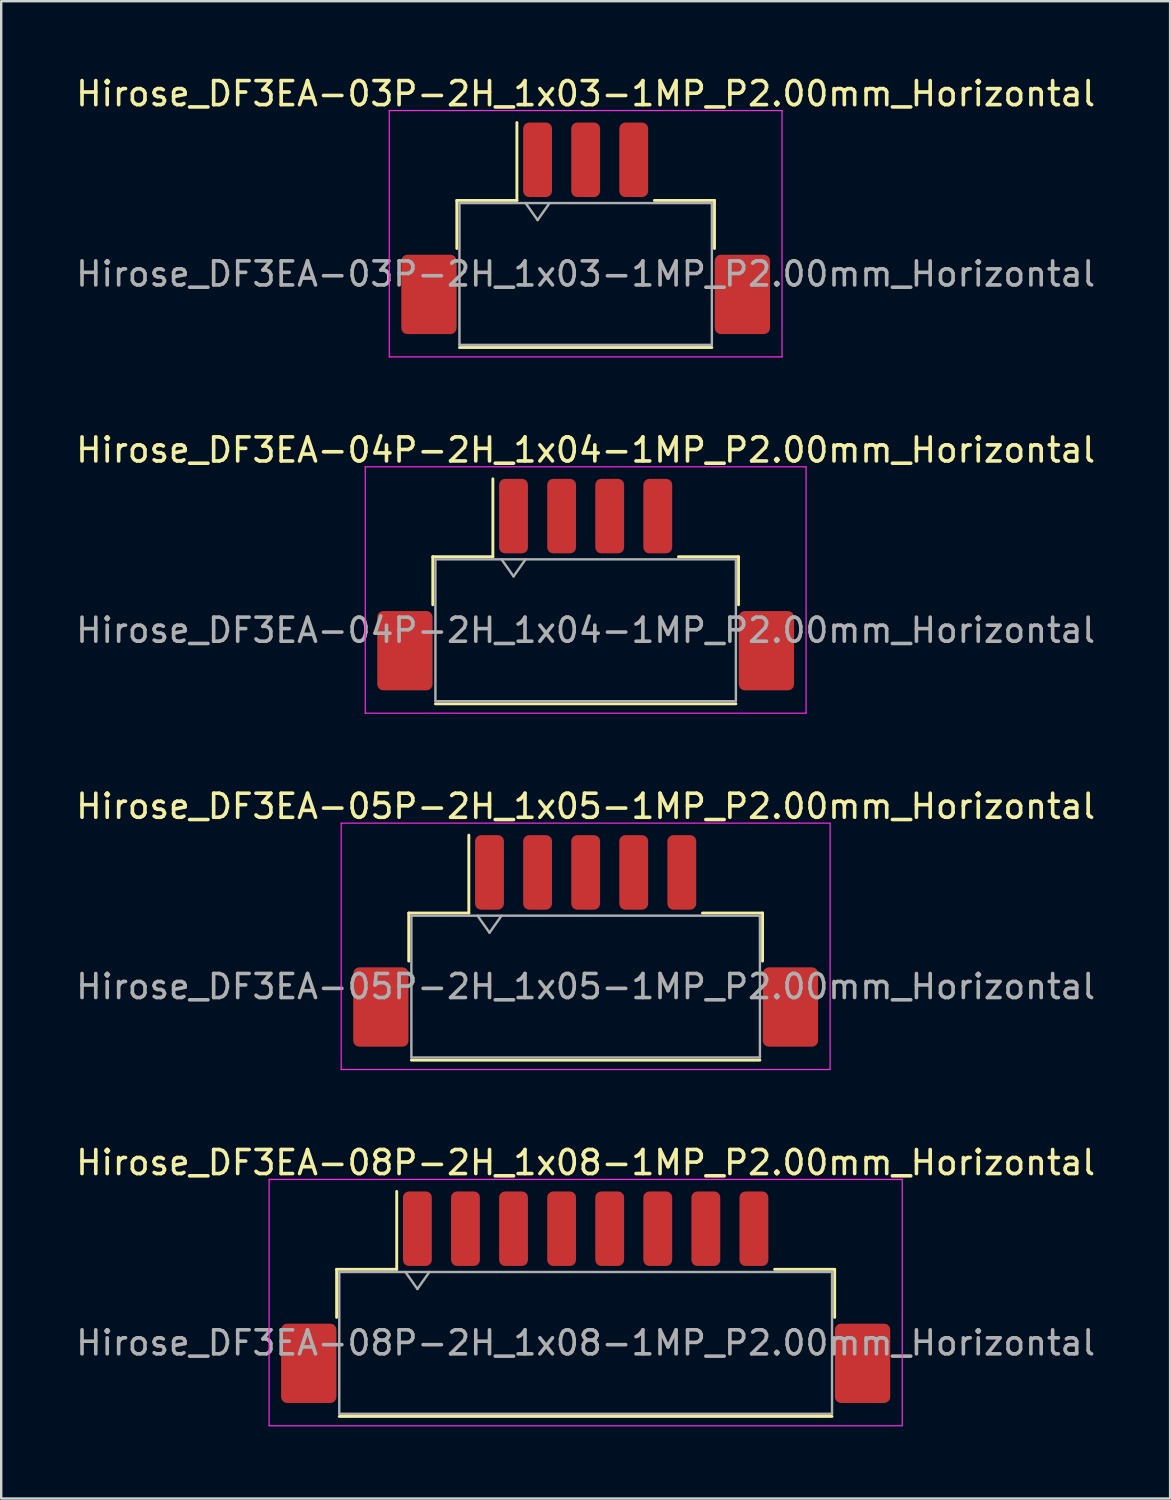
<source format=kicad_pcb>
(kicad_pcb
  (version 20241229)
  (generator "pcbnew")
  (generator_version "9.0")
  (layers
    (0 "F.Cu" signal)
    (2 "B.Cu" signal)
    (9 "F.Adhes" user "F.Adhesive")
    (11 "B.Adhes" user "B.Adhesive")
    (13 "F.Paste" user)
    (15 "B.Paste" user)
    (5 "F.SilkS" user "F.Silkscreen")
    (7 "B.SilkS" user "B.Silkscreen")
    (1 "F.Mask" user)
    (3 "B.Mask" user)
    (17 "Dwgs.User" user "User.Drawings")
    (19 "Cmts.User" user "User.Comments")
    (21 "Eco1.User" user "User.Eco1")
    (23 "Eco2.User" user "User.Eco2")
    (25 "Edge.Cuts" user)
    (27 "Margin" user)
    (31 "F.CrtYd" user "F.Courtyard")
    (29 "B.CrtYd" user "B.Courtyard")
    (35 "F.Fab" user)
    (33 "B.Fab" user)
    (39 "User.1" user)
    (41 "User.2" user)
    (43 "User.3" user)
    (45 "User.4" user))
  (footprint "Hirose_DF3EA-08P-2H_1x08-1MP_P2.00mm_Horizontal"
    (layer "F.Cu")
    (at 21.315 50.918)
    (property "Reference" "Hirose_DF3EA-08P-2H_1x08-1MP_P2.00mm_Horizontal" (at 0 -5.6 0) (layer "F.SilkS") (effects (font (size 1 1) (thickness 0.15))))
    (attr smd)
    (fp_line (start -10.36 -1.16) (end -7.86 -1.16) (stroke (width 0.12) (type solid)) (layer "F.SilkS"))
    (fp_line (start -10.36 0.84) (end -10.36 -1.16) (stroke (width 0.12) (type solid)) (layer "F.SilkS"))
    (fp_line (start -10.25 4.96) (end 10.25 4.96) (stroke (width 0.12) (type solid)) (layer "F.SilkS"))
    (fp_line (start -7.86 -1.16) (end -7.86 -4.4) (stroke (width 0.12) (type solid)) (layer "F.SilkS"))
    (fp_line (start 10.36 -1.16) (end 7.86 -1.16) (stroke (width 0.12) (type solid)) (layer "F.SilkS"))
    (fp_line (start 10.36 0.84) (end 10.36 -1.16) (stroke (width 0.12) (type solid)) (layer "F.SilkS"))
    (fp_line (start -13.17 -4.9) (end -13.17 5.35) (stroke (width 0.05) (type solid)) (layer "F.CrtYd"))
    (fp_line (start -13.17 5.35) (end 13.17 5.35) (stroke (width 0.05) (type solid)) (layer "F.CrtYd"))
    (fp_line (start 13.17 -4.9) (end -13.17 -4.9) (stroke (width 0.05) (type solid)) (layer "F.CrtYd"))
    (fp_line (start 13.17 5.35) (end 13.17 -4.9) (stroke (width 0.05) (type solid)) (layer "F.CrtYd"))
    (fp_line (start -10.25 -1.05) (end -10.25 4.85) (stroke (width 0.1) (type solid)) (layer "F.Fab"))
    (fp_line (start -10.25 -1.05) (end 10.25 -1.05) (stroke (width 0.1) (type solid)) (layer "F.Fab"))
    (fp_line (start -10.25 4.85) (end 10.25 4.85) (stroke (width 0.1) (type solid)) (layer "F.Fab"))
    (fp_line (start -7.5 -1.05) (end -7 -0.343) (stroke (width 0.1) (type solid)) (layer "F.Fab"))
    (fp_line (start -7 -0.343) (end -6.5 -1.05) (stroke (width 0.1) (type solid)) (layer "F.Fab"))
    (fp_line (start 10.25 -1.05) (end 10.25 4.85) (stroke (width 0.1) (type solid)) (layer "F.Fab"))
    (fp_text user "${REFERENCE}" (at 0 1.9 0) (layer "F.Fab") (effects (font (size 1 1) (thickness 0.15))))
    (pad "1" smd roundrect (at -7 -2.85) (size 1.2 3.1) (layers "F.Cu" "F.Mask" "F.Paste") (roundrect_rratio 0.208))
    (pad "2" smd roundrect (at -5 -2.85) (size 1.2 3.1) (layers "F.Cu" "F.Mask" "F.Paste") (roundrect_rratio 0.208))
    (pad "3" smd roundrect (at -3 -2.85) (size 1.2 3.1) (layers "F.Cu" "F.Mask" "F.Paste") (roundrect_rratio 0.208))
    (pad "4" smd roundrect (at -1 -2.85) (size 1.2 3.1) (layers "F.Cu" "F.Mask" "F.Paste") (roundrect_rratio 0.208))
    (pad "5" smd roundrect (at 1 -2.85) (size 1.2 3.1) (layers "F.Cu" "F.Mask" "F.Paste") (roundrect_rratio 0.208))
    (pad "6" smd roundrect (at 3 -2.85) (size 1.2 3.1) (layers "F.Cu" "F.Mask" "F.Paste") (roundrect_rratio 0.208))
    (pad "7" smd roundrect (at 5 -2.85) (size 1.2 3.1) (layers "F.Cu" "F.Mask" "F.Paste") (roundrect_rratio 0.208))
    (pad "8" smd roundrect (at 7 -2.85) (size 1.2 3.1) (layers "F.Cu" "F.Mask" "F.Paste") (roundrect_rratio 0.208))
    (pad "MP" smd roundrect (at -11.52 2.75) (size 2.3 3.3) (layers "F.Cu" "F.Mask" "F.Paste") (roundrect_rratio 0.109))
    (pad "MP" smd roundrect (at 11.52 2.75) (size 2.3 3.3) (layers "F.Cu" "F.Mask" "F.Paste") (roundrect_rratio 0.109)))
  (footprint "Hirose_DF3EA-04P-2H_1x04-1MP_P2.00mm_Horizontal"
    (layer "F.Cu")
    (at 21.315 21.271)
    (property "Reference" "Hirose_DF3EA-04P-2H_1x04-1MP_P2.00mm_Horizontal" (at 0 -5.6 0) (layer "F.SilkS") (effects (font (size 1 1) (thickness 0.15))))
    (attr smd)
    (fp_line (start -6.36 -1.16) (end -3.86 -1.16) (stroke (width 0.12) (type solid)) (layer "F.SilkS"))
    (fp_line (start -6.36 0.84) (end -6.36 -1.16) (stroke (width 0.12) (type solid)) (layer "F.SilkS"))
    (fp_line (start -6.25 4.96) (end 6.25 4.96) (stroke (width 0.12) (type solid)) (layer "F.SilkS"))
    (fp_line (start -3.86 -1.16) (end -3.86 -4.4) (stroke (width 0.12) (type solid)) (layer "F.SilkS"))
    (fp_line (start 6.36 -1.16) (end 3.86 -1.16) (stroke (width 0.12) (type solid)) (layer "F.SilkS"))
    (fp_line (start 6.36 0.84) (end 6.36 -1.16) (stroke (width 0.12) (type solid)) (layer "F.SilkS"))
    (fp_line (start -9.17 -4.9) (end -9.17 5.35) (stroke (width 0.05) (type solid)) (layer "F.CrtYd"))
    (fp_line (start -9.17 5.35) (end 9.17 5.35) (stroke (width 0.05) (type solid)) (layer "F.CrtYd"))
    (fp_line (start 9.17 -4.9) (end -9.17 -4.9) (stroke (width 0.05) (type solid)) (layer "F.CrtYd"))
    (fp_line (start 9.17 5.35) (end 9.17 -4.9) (stroke (width 0.05) (type solid)) (layer "F.CrtYd"))
    (fp_line (start -6.25 -1.05) (end -6.25 4.85) (stroke (width 0.1) (type solid)) (layer "F.Fab"))
    (fp_line (start -6.25 -1.05) (end 6.25 -1.05) (stroke (width 0.1) (type solid)) (layer "F.Fab"))
    (fp_line (start -6.25 4.85) (end 6.25 4.85) (stroke (width 0.1) (type solid)) (layer "F.Fab"))
    (fp_line (start -3.5 -1.05) (end -3 -0.343) (stroke (width 0.1) (type solid)) (layer "F.Fab"))
    (fp_line (start -3 -0.343) (end -2.5 -1.05) (stroke (width 0.1) (type solid)) (layer "F.Fab"))
    (fp_line (start 6.25 -1.05) (end 6.25 4.85) (stroke (width 0.1) (type solid)) (layer "F.Fab"))
    (fp_text user "${REFERENCE}" (at 0 1.9 0) (layer "F.Fab") (effects (font (size 1 1) (thickness 0.15))))
    (pad "1" smd roundrect (at -3 -2.85) (size 1.2 3.1) (layers "F.Cu" "F.Mask" "F.Paste") (roundrect_rratio 0.208))
    (pad "2" smd roundrect (at -1 -2.85) (size 1.2 3.1) (layers "F.Cu" "F.Mask" "F.Paste") (roundrect_rratio 0.208))
    (pad "3" smd roundrect (at 1 -2.85) (size 1.2 3.1) (layers "F.Cu" "F.Mask" "F.Paste") (roundrect_rratio 0.208))
    (pad "4" smd roundrect (at 3 -2.85) (size 1.2 3.1) (layers "F.Cu" "F.Mask" "F.Paste") (roundrect_rratio 0.208))
    (pad "MP" smd roundrect (at -7.52 2.75) (size 2.3 3.3) (layers "F.Cu" "F.Mask" "F.Paste") (roundrect_rratio 0.109))
    (pad "MP" smd roundrect (at 7.52 2.75) (size 2.3 3.3) (layers "F.Cu" "F.Mask" "F.Paste") (roundrect_rratio 0.109)))
  (footprint "Hirose_DF3EA-05P-2H_1x05-1MP_P2.00mm_Horizontal"
    (layer "F.Cu")
    (at 21.315 36.095)
    (property "Reference" "Hirose_DF3EA-05P-2H_1x05-1MP_P2.00mm_Horizontal" (at 0 -5.6 0) (layer "F.SilkS") (effects (font (size 1 1) (thickness 0.15))))
    (attr smd)
    (fp_line (start -7.36 -1.16) (end -4.86 -1.16) (stroke (width 0.12) (type solid)) (layer "F.SilkS"))
    (fp_line (start -7.36 0.84) (end -7.36 -1.16) (stroke (width 0.12) (type solid)) (layer "F.SilkS"))
    (fp_line (start -7.25 4.96) (end 7.25 4.96) (stroke (width 0.12) (type solid)) (layer "F.SilkS"))
    (fp_line (start -4.86 -1.16) (end -4.86 -4.4) (stroke (width 0.12) (type solid)) (layer "F.SilkS"))
    (fp_line (start 7.36 -1.16) (end 4.86 -1.16) (stroke (width 0.12) (type solid)) (layer "F.SilkS"))
    (fp_line (start 7.36 0.84) (end 7.36 -1.16) (stroke (width 0.12) (type solid)) (layer "F.SilkS"))
    (fp_line (start -10.17 -4.9) (end -10.17 5.35) (stroke (width 0.05) (type solid)) (layer "F.CrtYd"))
    (fp_line (start -10.17 5.35) (end 10.17 5.35) (stroke (width 0.05) (type solid)) (layer "F.CrtYd"))
    (fp_line (start 10.17 -4.9) (end -10.17 -4.9) (stroke (width 0.05) (type solid)) (layer "F.CrtYd"))
    (fp_line (start 10.17 5.35) (end 10.17 -4.9) (stroke (width 0.05) (type solid)) (layer "F.CrtYd"))
    (fp_line (start -7.25 -1.05) (end -7.25 4.85) (stroke (width 0.1) (type solid)) (layer "F.Fab"))
    (fp_line (start -7.25 -1.05) (end 7.25 -1.05) (stroke (width 0.1) (type solid)) (layer "F.Fab"))
    (fp_line (start -7.25 4.85) (end 7.25 4.85) (stroke (width 0.1) (type solid)) (layer "F.Fab"))
    (fp_line (start -4.5 -1.05) (end -4 -0.343) (stroke (width 0.1) (type solid)) (layer "F.Fab"))
    (fp_line (start -4 -0.343) (end -3.5 -1.05) (stroke (width 0.1) (type solid)) (layer "F.Fab"))
    (fp_line (start 7.25 -1.05) (end 7.25 4.85) (stroke (width 0.1) (type solid)) (layer "F.Fab"))
    (fp_text user "${REFERENCE}" (at 0 1.9 0) (layer "F.Fab") (effects (font (size 1 1) (thickness 0.15))))
    (pad "1" smd roundrect (at -4 -2.85) (size 1.2 3.1) (layers "F.Cu" "F.Mask" "F.Paste") (roundrect_rratio 0.208))
    (pad "2" smd roundrect (at -2 -2.85) (size 1.2 3.1) (layers "F.Cu" "F.Mask" "F.Paste") (roundrect_rratio 0.208))
    (pad "3" smd roundrect (at 0 -2.85) (size 1.2 3.1) (layers "F.Cu" "F.Mask" "F.Paste") (roundrect_rratio 0.208))
    (pad "4" smd roundrect (at 2 -2.85) (size 1.2 3.1) (layers "F.Cu" "F.Mask" "F.Paste") (roundrect_rratio 0.208))
    (pad "5" smd roundrect (at 4 -2.85) (size 1.2 3.1) (layers "F.Cu" "F.Mask" "F.Paste") (roundrect_rratio 0.208))
    (pad "MP" smd roundrect (at -8.52 2.75) (size 2.3 3.3) (layers "F.Cu" "F.Mask" "F.Paste") (roundrect_rratio 0.109))
    (pad "MP" smd roundrect (at 8.52 2.75) (size 2.3 3.3) (layers "F.Cu" "F.Mask" "F.Paste") (roundrect_rratio 0.109)))
  (footprint "Hirose_DF3EA-03P-2H_1x03-1MP_P2.00mm_Horizontal"
    (layer "F.Cu")
    (at 21.315 6.448)
    (property "Reference" "Hirose_DF3EA-03P-2H_1x03-1MP_P2.00mm_Horizontal" (at 0 -5.6 0) (layer "F.SilkS") (effects (font (size 1 1) (thickness 0.15))))
    (attr smd)
    (fp_line (start -5.36 -1.16) (end -2.86 -1.16) (stroke (width 0.12) (type solid)) (layer "F.SilkS"))
    (fp_line (start -5.36 0.84) (end -5.36 -1.16) (stroke (width 0.12) (type solid)) (layer "F.SilkS"))
    (fp_line (start -5.25 4.96) (end 5.25 4.96) (stroke (width 0.12) (type solid)) (layer "F.SilkS"))
    (fp_line (start -2.86 -1.16) (end -2.86 -4.4) (stroke (width 0.12) (type solid)) (layer "F.SilkS"))
    (fp_line (start 5.36 -1.16) (end 2.86 -1.16) (stroke (width 0.12) (type solid)) (layer "F.SilkS"))
    (fp_line (start 5.36 0.84) (end 5.36 -1.16) (stroke (width 0.12) (type solid)) (layer "F.SilkS"))
    (fp_line (start -8.17 -4.9) (end -8.17 5.35) (stroke (width 0.05) (type solid)) (layer "F.CrtYd"))
    (fp_line (start -8.17 5.35) (end 8.17 5.35) (stroke (width 0.05) (type solid)) (layer "F.CrtYd"))
    (fp_line (start 8.17 -4.9) (end -8.17 -4.9) (stroke (width 0.05) (type solid)) (layer "F.CrtYd"))
    (fp_line (start 8.17 5.35) (end 8.17 -4.9) (stroke (width 0.05) (type solid)) (layer "F.CrtYd"))
    (fp_line (start -5.25 -1.05) (end -5.25 4.85) (stroke (width 0.1) (type solid)) (layer "F.Fab"))
    (fp_line (start -5.25 -1.05) (end 5.25 -1.05) (stroke (width 0.1) (type solid)) (layer "F.Fab"))
    (fp_line (start -5.25 4.85) (end 5.25 4.85) (stroke (width 0.1) (type solid)) (layer "F.Fab"))
    (fp_line (start -2.5 -1.05) (end -2 -0.343) (stroke (width 0.1) (type solid)) (layer "F.Fab"))
    (fp_line (start -2 -0.343) (end -1.5 -1.05) (stroke (width 0.1) (type solid)) (layer "F.Fab"))
    (fp_line (start 5.25 -1.05) (end 5.25 4.85) (stroke (width 0.1) (type solid)) (layer "F.Fab"))
    (fp_text user "${REFERENCE}" (at 0 1.9 0) (layer "F.Fab") (effects (font (size 1 1) (thickness 0.15))))
    (pad "1" smd roundrect (at -2 -2.85) (size 1.2 3.1) (layers "F.Cu" "F.Mask" "F.Paste") (roundrect_rratio 0.208))
    (pad "2" smd roundrect (at 0 -2.85) (size 1.2 3.1) (layers "F.Cu" "F.Mask" "F.Paste") (roundrect_rratio 0.208))
    (pad "3" smd roundrect (at 2 -2.85) (size 1.2 3.1) (layers "F.Cu" "F.Mask" "F.Paste") (roundrect_rratio 0.208))
    (pad "MP" smd roundrect (at -6.52 2.75) (size 2.3 3.3) (layers "F.Cu" "F.Mask" "F.Paste") (roundrect_rratio 0.109))
    (pad "MP" smd roundrect (at 6.52 2.75) (size 2.3 3.3) (layers "F.Cu" "F.Mask" "F.Paste") (roundrect_rratio 0.109)))
  (gr_rect
    (start -3 -3)
    (end 45.631 59.293)
    (stroke (width 0.1) (type default))
    (fill no)
    (layer "Edge.Cuts")))
</source>
